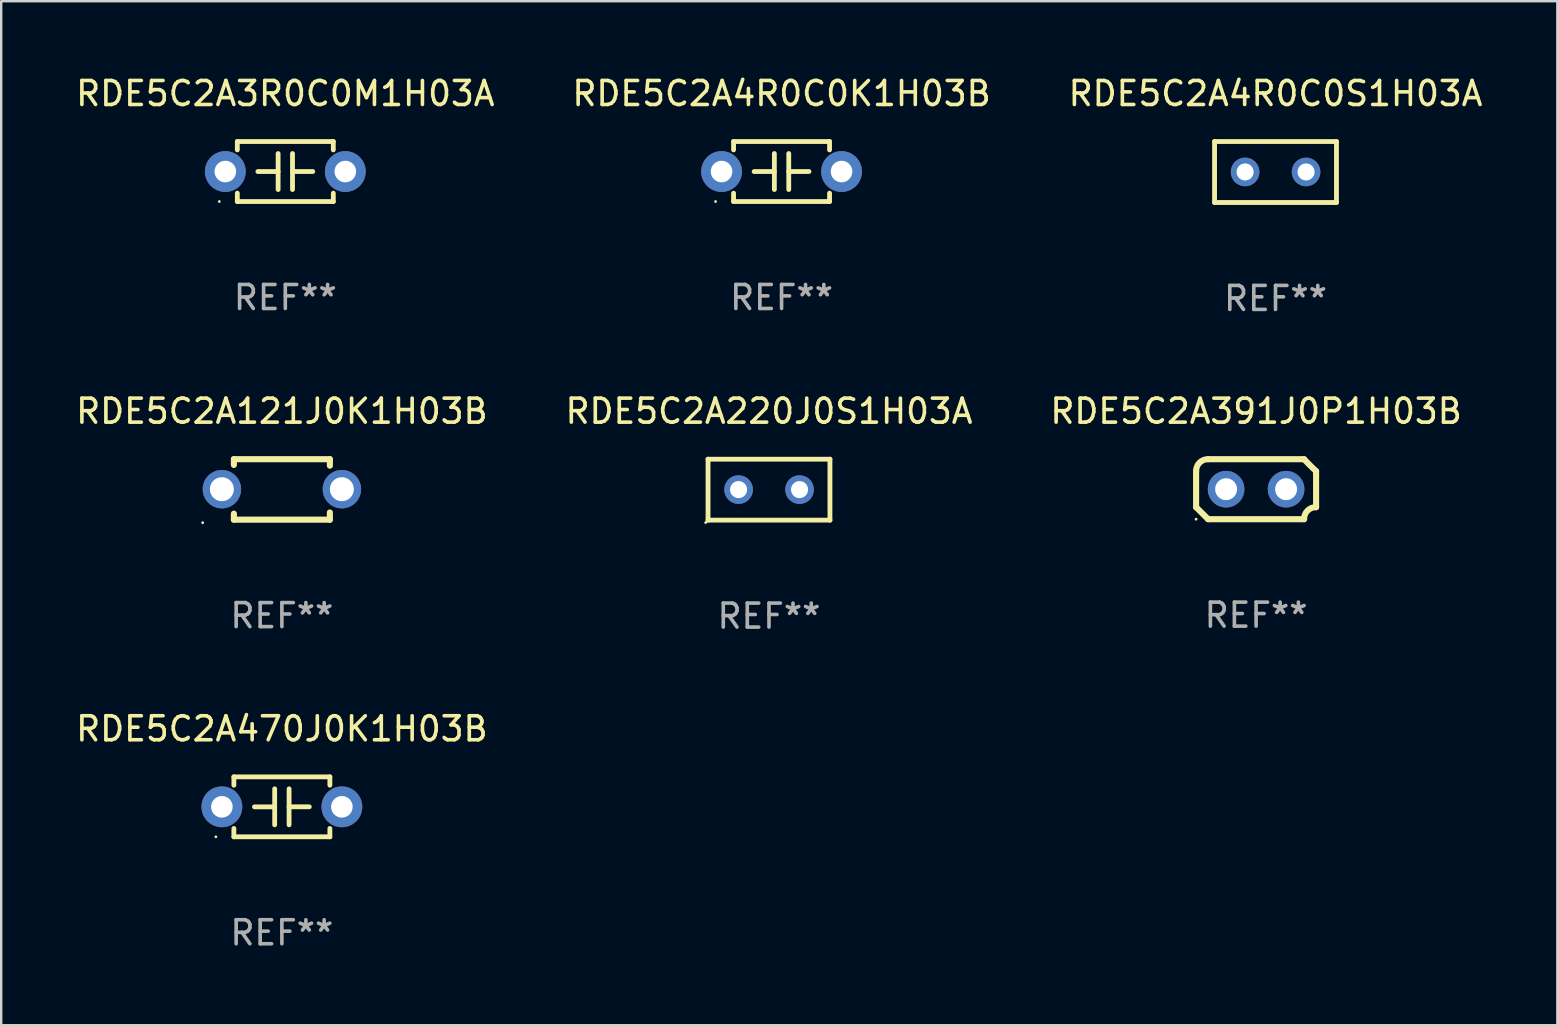
<source format=kicad_pcb>
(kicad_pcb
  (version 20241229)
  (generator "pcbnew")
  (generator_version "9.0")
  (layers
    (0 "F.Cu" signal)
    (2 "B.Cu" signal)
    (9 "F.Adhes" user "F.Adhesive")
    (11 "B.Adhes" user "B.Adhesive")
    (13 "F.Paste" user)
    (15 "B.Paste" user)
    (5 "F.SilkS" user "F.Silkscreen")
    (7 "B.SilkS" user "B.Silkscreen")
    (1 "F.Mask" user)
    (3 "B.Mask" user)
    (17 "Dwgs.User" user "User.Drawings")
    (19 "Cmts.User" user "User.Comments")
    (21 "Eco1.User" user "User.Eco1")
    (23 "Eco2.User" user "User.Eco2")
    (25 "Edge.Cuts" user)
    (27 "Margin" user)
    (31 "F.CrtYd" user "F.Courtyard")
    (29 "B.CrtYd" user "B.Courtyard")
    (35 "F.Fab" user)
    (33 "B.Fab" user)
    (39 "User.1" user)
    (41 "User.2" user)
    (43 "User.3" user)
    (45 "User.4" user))
  (footprint "RDE5C2A391J0P1H03B"
    (layer "F.Cu")
    (at 49.292 17.335)
    (property "Reference" "RDE5C2A391J0P1H03B" (at 0 -3.25 0) (layer "F.SilkS") (effects (font (size 1 1) (thickness 0.15))))
    (attr through_hole)
    (fp_line (start -2.5 -0.75) (end -2.5 0.75) (stroke (width 0.254) (type solid)) (layer "F.SilkS"))
    (fp_line (start -2 -1.25) (end 2 -1.25) (stroke (width 0.254) (type solid)) (layer "F.SilkS"))
    (fp_line (start 2 1.25) (end -2 1.25) (stroke (width 0.254) (type solid)) (layer "F.SilkS"))
    (fp_line (start 2.5 0.75) (end 2.5 -0.75) (stroke (width 0.254) (type solid)) (layer "F.SilkS"))
    (fp_arc (start -2.5 0.749962) (mid -2.249559 0.999558) (end -1.99929 1.249325) (stroke (width 0.254001) (type solid)) (layer "F.SilkS"))
    (fp_arc (start -2.499366 -0.749302) (mid -2.356411 -1.106098) (end -2 -1.250013) (stroke (width 0.254001) (type solid)) (layer "F.SilkS"))
    (fp_arc (start 2 1.250013) (mid 2.142747 0.89301) (end 2.499364 0.749302) (stroke (width 0.254001) (type solid)) (layer "F.SilkS"))
    (fp_arc (start 2.5 -0.749962) (mid 2.245609 -0.995598) (end 1.999289 -1.249327) (stroke (width 0.254001) (type solid)) (layer "F.SilkS"))
    (fp_circle (center -2.5 1.25) (end -2.47 1.25) (stroke (width 0.06) (type solid)) (fill no) (layer "F.SilkS"))
    (fp_text user "REF**" (at 0 5.25 0) (layer "F.Fab") (effects (font (size 1 1) (thickness 0.15))))
    (pad "1" thru_hole circle (at -1.25 0) (size 1.524 1.524) (drill 0.914) (layers "*.Cu" "*.Mask"))
    (pad "2" thru_hole circle (at 1.25 0) (size 1.524 1.524) (drill 0.914) (layers "*.Cu" "*.Mask")))
  (footprint "RDE5C2A220J0S1H03A"
    (layer "F.Cu")
    (at 28.994 17.355)
    (property "Reference" "RDE5C2A220J0S1H03A" (at 0 -3.27 0) (layer "F.SilkS") (effects (font (size 1 1) (thickness 0.15))))
    (attr through_hole)
    (fp_line (start -2.54 -1.27) (end -2.54 1.27) (stroke (width 0.201) (type solid)) (layer "F.SilkS"))
    (fp_line (start -2.54 1.27) (end 2.54 1.27) (stroke (width 0.201) (type solid)) (layer "F.SilkS"))
    (fp_line (start 2.54 -1.27) (end -2.54 -1.27) (stroke (width 0.201) (type solid)) (layer "F.SilkS"))
    (fp_line (start 2.54 1.27) (end 2.54 -1.27) (stroke (width 0.201) (type solid)) (layer "F.SilkS"))
    (fp_circle (center -2.64 1.37) (end -2.61 1.37) (stroke (width 0.06) (type solid)) (fill no) (layer "F.SilkS"))
    (fp_text user "REF**" (at 0 5.27 0) (layer "F.Fab") (effects (font (size 1 1) (thickness 0.15))))
    (pad "1" thru_hole circle (at -1.267 -0.003) (size 1.194 1.194) (drill 0.711) (layers "*.Cu" "*.Mask"))
    (pad "2" thru_hole circle (at 1.273 -0.003) (size 1.194 1.194) (drill 0.711) (layers "*.Cu" "*.Mask")))
  (footprint "RDE5C2A3R0C0M1H03A"
    (layer "F.Cu")
    (at 8.839 4.098)
    (property "Reference" "RDE5C2A3R0C0M1H03A" (at 0 -3.25 0) (layer "F.SilkS") (effects (font (size 1 1) (thickness 0.15))))
    (attr through_hole)
    (fp_line (start -2 -1.25) (end -2 -0.901) (stroke (width 0.2) (type solid)) (layer "F.SilkS"))
    (fp_line (start -2 -1.25) (end 2 -1.25) (stroke (width 0.2) (type solid)) (layer "F.SilkS"))
    (fp_line (start -2 0.901) (end -2 1.25) (stroke (width 0.2) (type solid)) (layer "F.SilkS"))
    (fp_line (start -0.3 -0.75) (end -0.3 0.75) (stroke (width 0.2) (type solid)) (layer "F.SilkS"))
    (fp_line (start -0.3 0.001) (end -1.143 0.001) (stroke (width 0.2) (type solid)) (layer "F.SilkS"))
    (fp_line (start 0.3 -0.001) (end 1.143 -0.001) (stroke (width 0.2) (type solid)) (layer "F.SilkS"))
    (fp_line (start 0.3 0.75) (end 0.3 -0.75) (stroke (width 0.2) (type solid)) (layer "F.SilkS"))
    (fp_line (start 2 -1.25) (end 2 -0.901) (stroke (width 0.2) (type solid)) (layer "F.SilkS"))
    (fp_line (start 2 0.901) (end 2 1.25) (stroke (width 0.2) (type solid)) (layer "F.SilkS"))
    (fp_line (start 2 1.25) (end -2 1.25) (stroke (width 0.2) (type solid)) (layer "F.SilkS"))
    (fp_circle (center -2.75 1.25) (end -2.72 1.25) (stroke (width 0.06) (type solid)) (fill no) (layer "F.SilkS"))
    (fp_text user "REF**" (at 0 5.25 0) (layer "F.Fab") (effects (font (size 1 1) (thickness 0.15))))
    (pad "1" thru_hole circle (at -2.5 0) (size 1.7 1.7) (drill 0.9) (layers "*.Cu" "*.Mask"))
    (pad "2" thru_hole circle (at 2.5 0) (size 1.7 1.7) (drill 0.9) (layers "*.Cu" "*.Mask")))
  (footprint "RDE5C2A121J0K1H03B"
    (layer "F.Cu")
    (at 8.696 17.345)
    (property "Reference" "RDE5C2A121J0K1H03B" (at 0 -3.26 0) (layer "F.SilkS") (effects (font (size 1 1) (thickness 0.15))))
    (attr through_hole)
    (fp_line (start -2 -1.26) (end -2 -1.02) (stroke (width 0.254) (type solid)) (layer "F.SilkS"))
    (fp_line (start -2 -1.26) (end 2 -1.26) (stroke (width 0.254) (type solid)) (layer "F.SilkS"))
    (fp_line (start -2 1.26) (end -2 1.01) (stroke (width 0.254) (type solid)) (layer "F.SilkS"))
    (fp_line (start 2 -1.26) (end 2 -0.99) (stroke (width 0.254) (type solid)) (layer "F.SilkS"))
    (fp_line (start 2 1.26) (end -2 1.26) (stroke (width 0.254) (type solid)) (layer "F.SilkS"))
    (fp_line (start 2 1.26) (end 2 0.96) (stroke (width 0.254) (type solid)) (layer "F.SilkS"))
    (fp_circle (center -3.3 1.387) (end -3.27 1.387) (stroke (width 0.06) (type solid)) (fill no) (layer "F.SilkS"))
    (fp_text user "REF**" (at 0 5.26 0) (layer "F.Fab") (effects (font (size 1 1) (thickness 0.15))))
    (pad "1" thru_hole circle (at -2.5 -0.01) (size 1.6 1.6) (drill 1) (layers "*.Cu" "*.Mask"))
    (pad "2" thru_hole circle (at 2.5 -0.01) (size 1.6 1.6) (drill 1) (layers "*.Cu" "*.Mask")))
  (footprint "RDE5C2A470J0K1H03B"
    (layer "F.Cu")
    (at 8.696 30.571)
    (property "Reference" "RDE5C2A470J0K1H03B" (at 0 -3.25 0) (layer "F.SilkS") (effects (font (size 1 1) (thickness 0.15))))
    (attr through_hole)
    (fp_line (start -2 -1.25) (end -2 -0.901) (stroke (width 0.2) (type solid)) (layer "F.SilkS"))
    (fp_line (start -2 -1.25) (end 2 -1.25) (stroke (width 0.2) (type solid)) (layer "F.SilkS"))
    (fp_line (start -2 0.901) (end -2 1.25) (stroke (width 0.2) (type solid)) (layer "F.SilkS"))
    (fp_line (start -0.3 -0.75) (end -0.3 0.75) (stroke (width 0.2) (type solid)) (layer "F.SilkS"))
    (fp_line (start -0.3 0.001) (end -1.143 0.001) (stroke (width 0.2) (type solid)) (layer "F.SilkS"))
    (fp_line (start 0.3 -0.001) (end 1.143 -0.001) (stroke (width 0.2) (type solid)) (layer "F.SilkS"))
    (fp_line (start 0.3 0.75) (end 0.3 -0.75) (stroke (width 0.2) (type solid)) (layer "F.SilkS"))
    (fp_line (start 2 -1.25) (end 2 -0.901) (stroke (width 0.2) (type solid)) (layer "F.SilkS"))
    (fp_line (start 2 0.901) (end 2 1.25) (stroke (width 0.2) (type solid)) (layer "F.SilkS"))
    (fp_line (start 2 1.25) (end -2 1.25) (stroke (width 0.2) (type solid)) (layer "F.SilkS"))
    (fp_circle (center -2.75 1.25) (end -2.72 1.25) (stroke (width 0.06) (type solid)) (fill no) (layer "F.SilkS"))
    (fp_text user "REF**" (at 0 5.25 0) (layer "F.Fab") (effects (font (size 1 1) (thickness 0.15))))
    (pad "1" thru_hole circle (at -2.5 0) (size 1.7 1.7) (drill 0.9) (layers "*.Cu" "*.Mask"))
    (pad "2" thru_hole circle (at 2.5 0) (size 1.7 1.7) (drill 0.9) (layers "*.Cu" "*.Mask")))
  (footprint "RDE5C2A4R0C0S1H03A"
    (layer "F.Cu")
    (at 50.101 4.118)
    (property "Reference" "RDE5C2A4R0C0S1H03A" (at 0 -3.27 0) (layer "F.SilkS") (effects (font (size 1 1) (thickness 0.15))))
    (attr through_hole)
    (fp_line (start -2.54 -1.27) (end -2.54 1.27) (stroke (width 0.201) (type solid)) (layer "F.SilkS"))
    (fp_line (start -2.54 1.27) (end 2.54 1.27) (stroke (width 0.201) (type solid)) (layer "F.SilkS"))
    (fp_line (start 2.54 -1.27) (end -2.54 -1.27) (stroke (width 0.201) (type solid)) (layer "F.SilkS"))
    (fp_line (start 2.54 1.27) (end 2.54 -1.27) (stroke (width 0.201) (type solid)) (layer "F.SilkS"))
    (fp_circle (center -2.497 1.247) (end -2.467 1.247) (stroke (width 0.06) (type solid)) (fill no) (layer "F.SilkS"))
    (fp_text user "REF**" (at 0 5.27 0) (layer "F.Fab") (effects (font (size 1 1) (thickness 0.15))))
    (pad "1" thru_hole circle (at -1.267 -0.003) (size 1.194 1.194) (drill 0.711) (layers "*.Cu" "*.Mask"))
    (pad "2" thru_hole circle (at 1.273 -0.003) (size 1.194 1.194) (drill 0.711) (layers "*.Cu" "*.Mask")))
  (footprint "RDE5C2A4R0C0K1H03B"
    (layer "F.Cu")
    (at 29.518 4.098)
    (property "Reference" "RDE5C2A4R0C0K1H03B" (at 0 -3.25 0) (layer "F.SilkS") (effects (font (size 1 1) (thickness 0.15))))
    (attr through_hole)
    (fp_line (start -2 -1.25) (end -2 -0.901) (stroke (width 0.2) (type solid)) (layer "F.SilkS"))
    (fp_line (start -2 -1.25) (end 2 -1.25) (stroke (width 0.2) (type solid)) (layer "F.SilkS"))
    (fp_line (start -2 0.901) (end -2 1.25) (stroke (width 0.2) (type solid)) (layer "F.SilkS"))
    (fp_line (start -0.3 -0.75) (end -0.3 0.75) (stroke (width 0.2) (type solid)) (layer "F.SilkS"))
    (fp_line (start -0.3 0.001) (end -1.143 0.001) (stroke (width 0.2) (type solid)) (layer "F.SilkS"))
    (fp_line (start 0.3 -0.001) (end 1.143 -0.001) (stroke (width 0.2) (type solid)) (layer "F.SilkS"))
    (fp_line (start 0.3 0.75) (end 0.3 -0.75) (stroke (width 0.2) (type solid)) (layer "F.SilkS"))
    (fp_line (start 2 -1.25) (end 2 -0.901) (stroke (width 0.2) (type solid)) (layer "F.SilkS"))
    (fp_line (start 2 0.901) (end 2 1.25) (stroke (width 0.2) (type solid)) (layer "F.SilkS"))
    (fp_line (start 2 1.25) (end -2 1.25) (stroke (width 0.2) (type solid)) (layer "F.SilkS"))
    (fp_circle (center -2.75 1.25) (end -2.72 1.25) (stroke (width 0.06) (type solid)) (fill no) (layer "F.SilkS"))
    (fp_text user "REF**" (at 0 5.25 0) (layer "F.Fab") (effects (font (size 1 1) (thickness 0.15))))
    (pad "1" thru_hole circle (at -2.5 0) (size 1.7 1.7) (drill 0.9) (layers "*.Cu" "*.Mask"))
    (pad "2" thru_hole circle (at 2.5 0) (size 1.7 1.7) (drill 0.9) (layers "*.Cu" "*.Mask")))
  (gr_rect
    (start -3 -3)
    (end 61.845 39.67)
    (stroke (width 0.1) (type default))
    (fill no)
    (layer "Edge.Cuts")))
</source>
